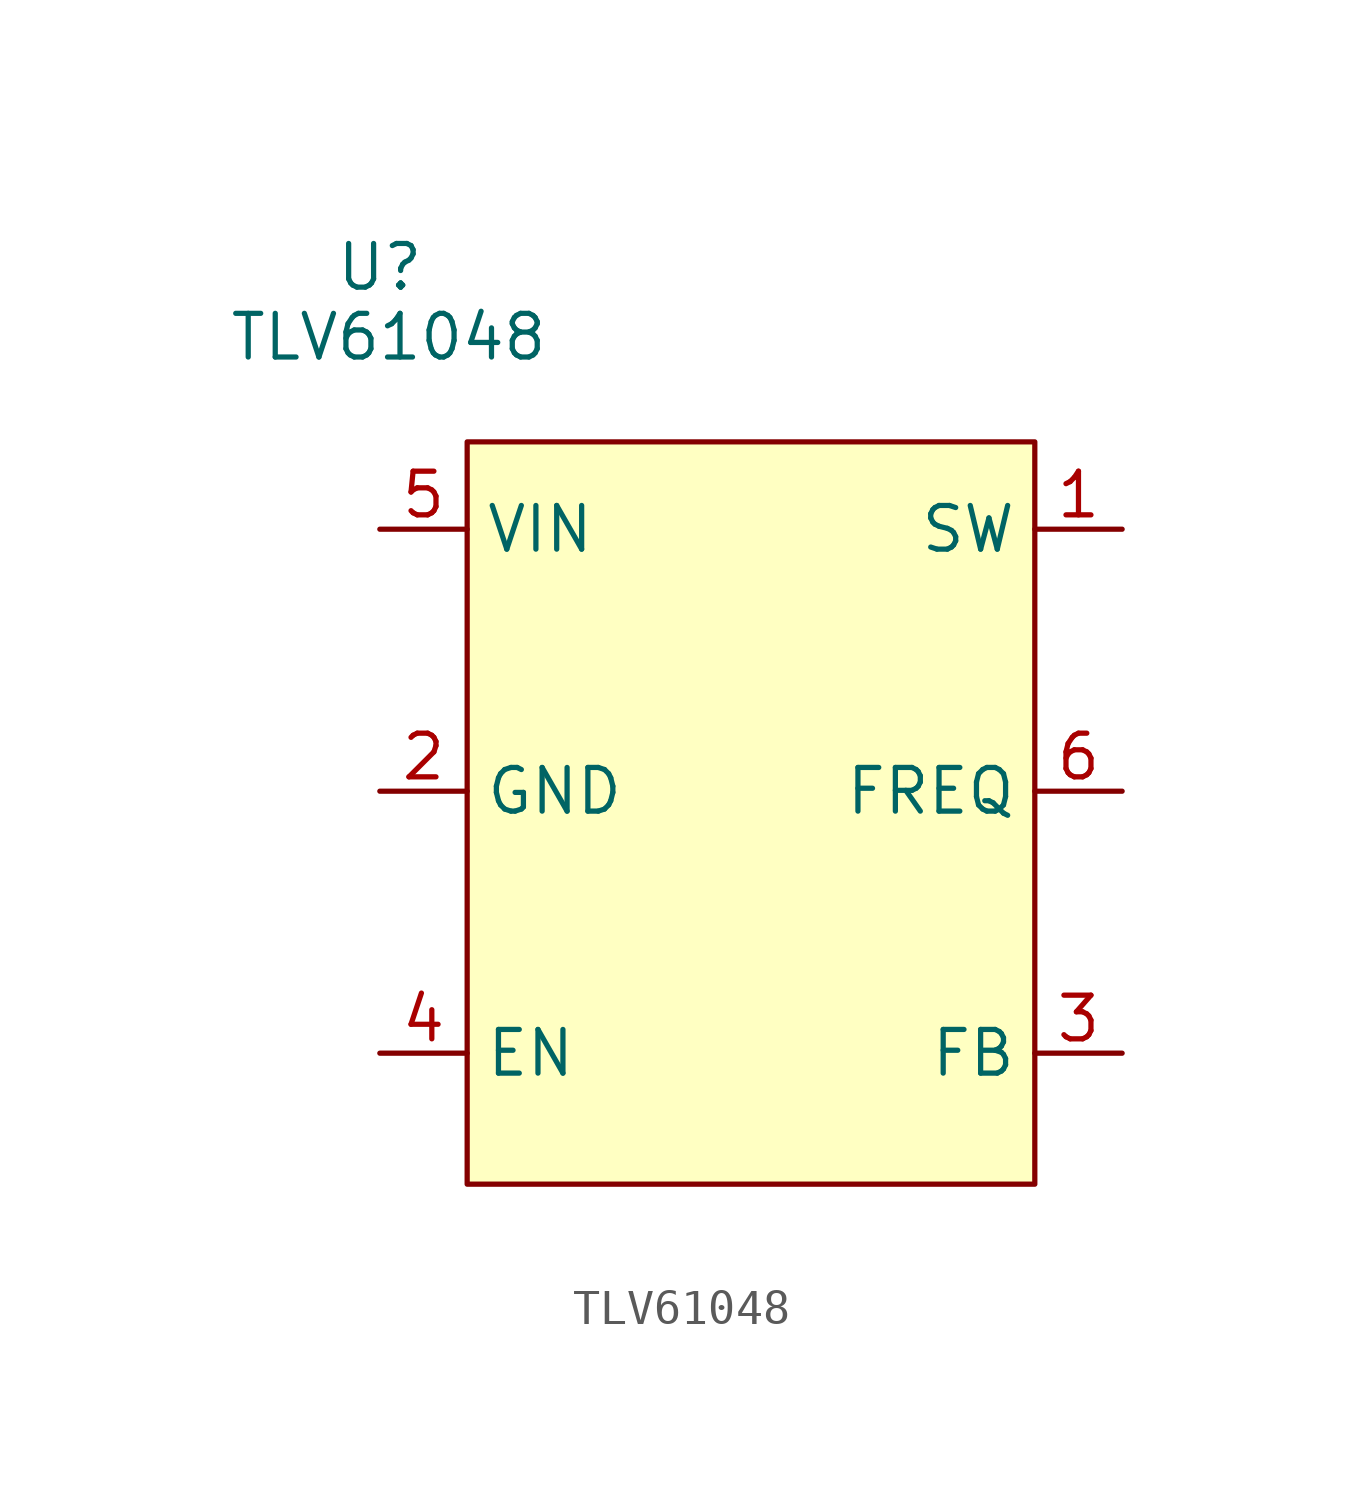
<source format=kicad_sym>
(kicad_symbol_lib
  (version 20231120)
  (generator "kicad_symbol_editor")
  (generator_version "8.0")
  (symbol "TLV61048"
    (property "Reference" "U"
      (at 0 5.08 0)
      (effects (font (size 1.27 1.27))))
    (property "Value" "TLV61048"
      (at 0.254 3.048 0)
      (effects (font (size 1.27 1.27))))
    (symbol "TLV61048_0_0"
      (pin power_out line (at 21.59 -2.54 180) (length 2.54) (name "SW" (effects (font (size 1.27 1.27)))) (number "1" (effects (font (size 1.27 1.27)))))
      (pin power_in line (at 0 -10.16 0) (length 2.54) (name "GND" (effects (font (size 1.27 1.27)))) (number "2" (effects (font (size 1.27 1.27)))))
      (pin input line (at 21.59 -17.78 180) (length 2.54) (name "FB" (effects (font (size 1.27 1.27)))) (number "3" (effects (font (size 1.27 1.27)))))
      (pin input line (at 0 -17.78 0) (length 2.54) (name "EN" (effects (font (size 1.27 1.27)))) (number "4" (effects (font (size 1.27 1.27)))))
      (pin power_in line (at 0 -2.54 0) (length 2.54) (name "VIN" (effects (font (size 1.27 1.27)))) (number "5" (effects (font (size 1.27 1.27)))))
      (pin input line (at 21.59 -10.16 180) (length 2.54) (name "FREQ" (effects (font (size 1.27 1.27)))) (number "6" (effects (font (size 1.27 1.27))))))
    (symbol "TLV61048_1_1"
      (rectangle (start 2.54 0) (end 19.05 -21.59) (stroke (width 0) (type default)) (fill (type background))))))
</source>
